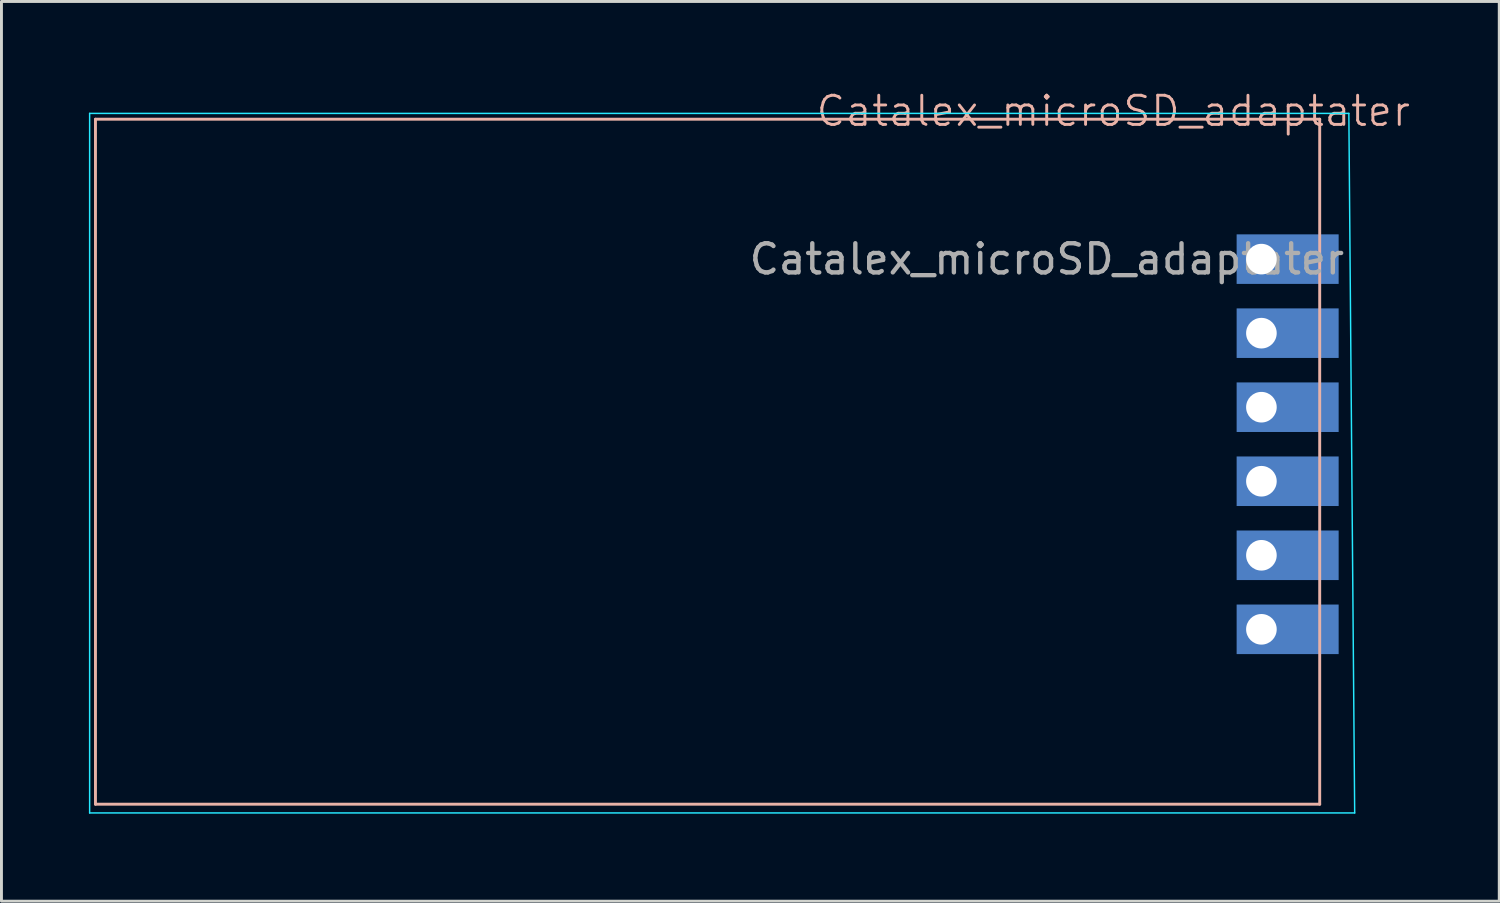
<source format=kicad_pcb>
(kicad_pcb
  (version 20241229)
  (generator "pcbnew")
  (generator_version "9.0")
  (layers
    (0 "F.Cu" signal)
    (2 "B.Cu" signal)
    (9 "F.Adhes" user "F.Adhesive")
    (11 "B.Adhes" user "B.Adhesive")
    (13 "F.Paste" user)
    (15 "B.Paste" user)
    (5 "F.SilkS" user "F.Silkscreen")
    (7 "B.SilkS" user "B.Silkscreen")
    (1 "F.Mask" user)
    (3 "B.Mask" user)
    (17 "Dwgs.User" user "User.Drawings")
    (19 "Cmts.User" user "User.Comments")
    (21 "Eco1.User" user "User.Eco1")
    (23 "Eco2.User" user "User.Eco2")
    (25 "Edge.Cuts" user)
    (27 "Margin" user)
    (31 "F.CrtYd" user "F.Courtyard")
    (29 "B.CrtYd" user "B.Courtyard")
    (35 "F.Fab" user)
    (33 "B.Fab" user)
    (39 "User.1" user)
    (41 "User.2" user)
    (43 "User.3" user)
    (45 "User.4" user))
  (footprint "Catalex_microSD_adaptater"
    (layer "F.Cu")
    (at 40.225 5.84)
    (property "Reference" "Catalex_microSD_adaptater" (at -5.08 -5.08 0) (unlocked yes) (layer "B.SilkS") (effects (font (size 1 1) (thickness 0.1))))
    (attr through_hole)
    (fp_line (start -40 -4.8) (end -40 18.7) (stroke (width 0.1) (type default)) (layer "B.SilkS"))
    (fp_line (start -40 18.7) (end 2 18.7) (stroke (width 0.1) (type default)) (layer "B.SilkS"))
    (fp_line (start 2 -4.8) (end -40 -4.8) (stroke (width 0.1) (type default)) (layer "B.SilkS"))
    (fp_line (start 2 0) (end 2 -4.8) (stroke (width 0.1) (type default)) (layer "B.SilkS"))
    (fp_line (start 2 18.7) (end 2 0) (stroke (width 0.1) (type default)) (layer "B.SilkS"))
    (fp_line (start -40.2 -5) (end -40.2 19) (stroke (width 0.05) (type default)) (layer "B.CrtYd"))
    (fp_line (start -40.2 19) (end 3.2 19) (stroke (width 0.05) (type default)) (layer "B.CrtYd"))
    (fp_line (start 3 -5) (end -40.2 -5) (stroke (width 0.05) (type default)) (layer "B.CrtYd"))
    (fp_line (start 3.2 19) (end 3 -5) (stroke (width 0.05) (type default)) (layer "B.CrtYd"))
    (fp_text user "${REFERENCE}" (at -7.36 0 0) (unlocked yes) (layer "F.Fab") (effects (font (size 1 1) (thickness 0.15))))
    (pad "1" thru_hole circle (at 0 0) (size 1.6 1.6) (drill 1.05) (layers "*.Cu" "*.Mask"))
    (pad "1" smd rect (at 0 0) (size 3.5 1.7) (drill (offset 0.9 0)) (layers "B.Cu" "B.Mask"))
    (pad "2" thru_hole circle (at 0 2.54) (size 1.6 1.6) (drill 1.05) (layers "*.Cu" "*.Mask"))
    (pad "2" smd rect (at 0 2.54) (size 3.5 1.7) (drill (offset 0.9 0)) (layers "B.Cu" "B.Mask"))
    (pad "3" thru_hole circle (at 0 5.08) (size 1.6 1.6) (drill 1.05) (layers "*.Cu" "*.Mask"))
    (pad "3" smd rect (at 0 5.08) (size 3.5 1.7) (drill (offset 0.9 0)) (layers "B.Cu" "B.Mask"))
    (pad "4" thru_hole circle (at 0 7.62) (size 1.6 1.6) (drill 1.05) (layers "*.Cu" "*.Mask"))
    (pad "4" smd rect (at 0 7.62) (size 3.5 1.7) (drill (offset 0.9 0)) (layers "B.Cu" "B.Mask"))
    (pad "5" thru_hole circle (at 0 10.16) (size 1.6 1.6) (drill 1.05) (layers "*.Cu" "*.Mask"))
    (pad "5" smd rect (at 0 10.16) (size 3.5 1.7) (drill (offset 0.9 0)) (layers "B.Cu" "B.Mask"))
    (pad "6" thru_hole circle (at 0 12.7) (size 1.6 1.6) (drill 1.05) (layers "*.Cu" "*.Mask"))
    (pad "6" smd rect (at 0 12.7) (size 3.5 1.7) (drill (offset 0.9 0)) (layers "B.Cu" "B.Mask")))
  (gr_rect
    (start -3 -3)
    (end 48.385 27.866)
    (stroke (width 0.1) (type default))
    (fill no)
    (layer "Edge.Cuts")))
</source>
